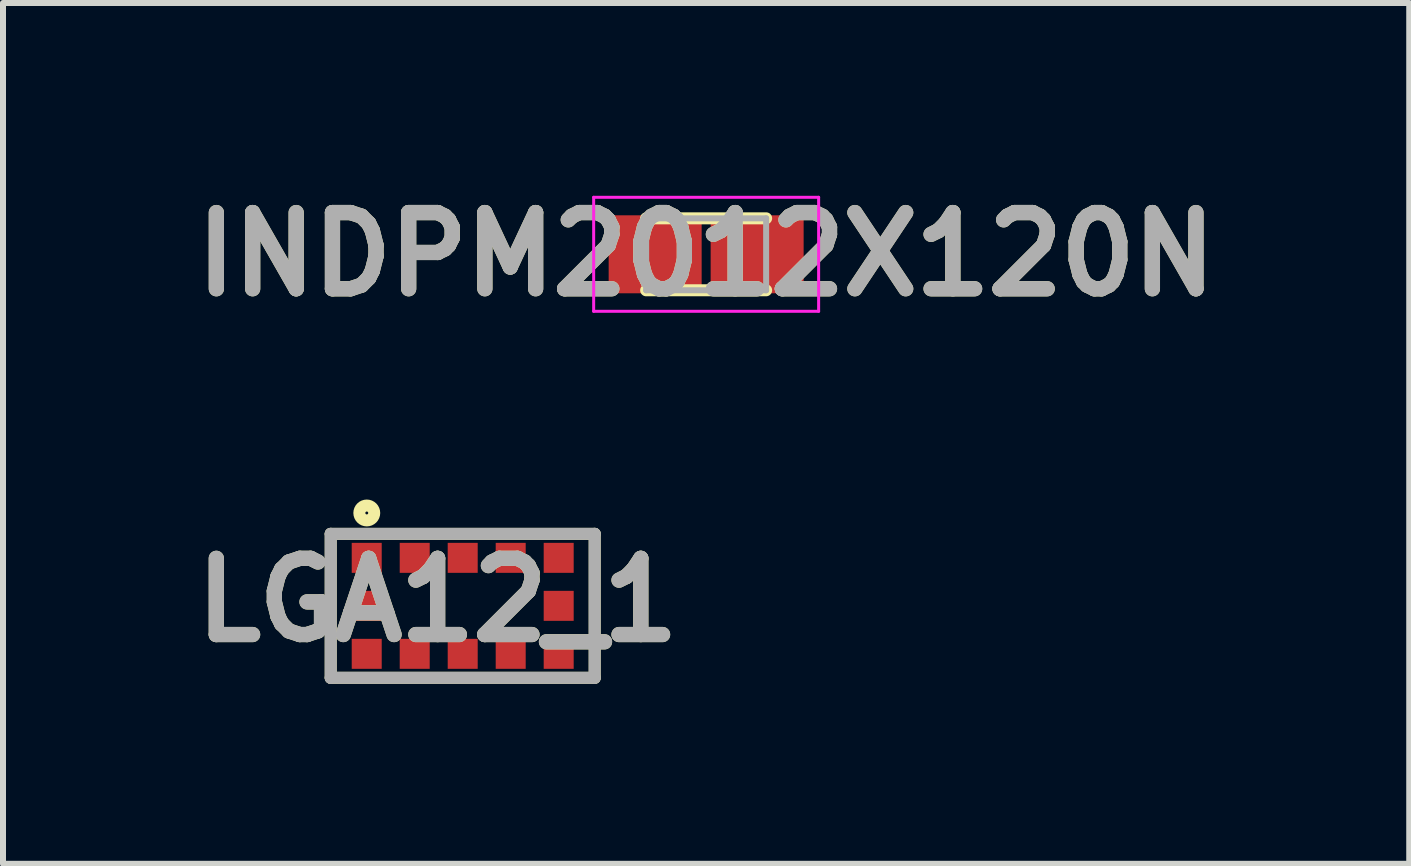
<source format=kicad_pcb>
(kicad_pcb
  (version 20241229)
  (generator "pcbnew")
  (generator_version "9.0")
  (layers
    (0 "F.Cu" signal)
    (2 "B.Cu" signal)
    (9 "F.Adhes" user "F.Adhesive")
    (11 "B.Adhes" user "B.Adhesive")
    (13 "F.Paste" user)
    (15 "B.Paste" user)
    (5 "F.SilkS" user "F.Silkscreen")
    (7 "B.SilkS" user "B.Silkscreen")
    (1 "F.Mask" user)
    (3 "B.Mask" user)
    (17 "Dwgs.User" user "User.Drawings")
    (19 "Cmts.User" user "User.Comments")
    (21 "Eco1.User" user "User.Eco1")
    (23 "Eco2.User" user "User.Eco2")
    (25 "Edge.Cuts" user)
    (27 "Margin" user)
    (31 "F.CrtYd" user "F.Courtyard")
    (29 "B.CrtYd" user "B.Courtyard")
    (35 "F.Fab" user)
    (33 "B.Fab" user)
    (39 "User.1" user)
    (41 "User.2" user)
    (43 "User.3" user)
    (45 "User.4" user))
  (footprint "INDPM2012X120N"
    (layer "F.Cu")
    (at 8.721 1.189)
    (property "Reference" "INDPM2012X120N" (at 0 0 0) (layer "F.SilkS") (effects (font (size 1.27 1.27) (thickness 0.254))))
    (attr smd)
    (fp_line (start -1 0.6) (end 1 0.6) (stroke (width 0.2) (type solid)) (layer "F.SilkS"))
    (fp_line (start 1 -0.6) (end -1 -0.6) (stroke (width 0.2) (type solid)) (layer "F.SilkS"))
    (fp_line (start -1.875 -0.95) (end 1.875 -0.95) (stroke (width 0.05) (type solid)) (layer "F.CrtYd"))
    (fp_line (start -1.875 0.95) (end -1.875 -0.95) (stroke (width 0.05) (type solid)) (layer "F.CrtYd"))
    (fp_line (start 1.875 -0.95) (end 1.875 0.95) (stroke (width 0.05) (type solid)) (layer "F.CrtYd"))
    (fp_line (start 1.875 0.95) (end -1.875 0.95) (stroke (width 0.05) (type solid)) (layer "F.CrtYd"))
    (fp_line (start -1 -0.6) (end 1 -0.6) (stroke (width 0.1) (type solid)) (layer "F.Fab"))
    (fp_line (start -1 0.6) (end -1 -0.6) (stroke (width 0.1) (type solid)) (layer "F.Fab"))
    (fp_line (start 1 -0.6) (end 1 0.6) (stroke (width 0.1) (type solid)) (layer "F.Fab"))
    (fp_line (start 1 0.6) (end -1 0.6) (stroke (width 0.1) (type solid)) (layer "F.Fab"))
    (fp_text user "${REFERENCE}" (at 0 0 0) (layer "F.Fab") (effects (font (size 1.27 1.27) (thickness 0.254))))
    (pad "1" smd rect (at -0.85 0 90) (size 1.3 1.55) (layers "F.Cu" "F.Mask" "F.Paste"))
    (pad "2" smd rect (at 0.85 0 90) (size 1.3 1.55) (layers "F.Cu" "F.Mask" "F.Paste")))
  (footprint "LGA12_1"
    (layer "F.Cu")
    (at 4.663 7.049)
    (property "Reference" "LGA12_1" (at -0.418 -0.096 0) (layer "F.SilkS") (effects (font (size 1.27 1.27) (thickness 0.254))))
    (attr smd)
    (fp_line (start -2.2 -1.2) (end 2.2 -1.2) (stroke (width 0.2) (type solid)) (layer "F.SilkS"))
    (fp_line (start -2.2 1.2) (end -2.2 -1.2) (stroke (width 0.2) (type solid)) (layer "F.SilkS"))
    (fp_line (start 2.2 -1.2) (end 2.2 1.2) (stroke (width 0.2) (type solid)) (layer "F.SilkS"))
    (fp_line (start 2.2 1.2) (end -2.2 1.2) (stroke (width 0.2) (type solid)) (layer "F.SilkS"))
    (fp_circle (center -1.599 -1.548) (end -1.599 -1.524) (stroke (width 0.2) (type solid)) (fill no) (layer "F.SilkS"))
    (fp_line (start -2.2 -1.2) (end 2.2 -1.2) (stroke (width 0.2) (type solid)) (layer "F.Fab"))
    (fp_line (start -2.2 1.2) (end -2.2 -1.2) (stroke (width 0.2) (type solid)) (layer "F.Fab"))
    (fp_line (start 2.2 -1.2) (end 2.2 1.2) (stroke (width 0.2) (type solid)) (layer "F.Fab"))
    (fp_line (start 2.2 1.2) (end -2.2 1.2) (stroke (width 0.2) (type solid)) (layer "F.Fab"))
    (fp_text user "${REFERENCE}" (at -0.418 -0.096 0) (layer "F.Fab") (effects (font (size 1.27 1.27) (thickness 0.254))))
    (pad "1" smd rect (at -1.6 -0.8 90) (size 0.5 0.5) (layers "F.Cu" "F.Mask" "F.Paste"))
    (pad "2" smd rect (at -0.8 -0.8 90) (size 0.5 0.5) (layers "F.Cu" "F.Mask" "F.Paste"))
    (pad "3" smd rect (at 0 -0.8 90) (size 0.5 0.5) (layers "F.Cu" "F.Mask" "F.Paste"))
    (pad "4" smd rect (at 0.8 -0.8 90) (size 0.5 0.5) (layers "F.Cu" "F.Mask" "F.Paste"))
    (pad "5" smd rect (at 1.6 -0.8 90) (size 0.5 0.5) (layers "F.Cu" "F.Mask" "F.Paste"))
    (pad "6" smd rect (at 1.6 0 90) (size 0.5 0.5) (layers "F.Cu" "F.Mask" "F.Paste"))
    (pad "7" smd rect (at 1.6 0.8 90) (size 0.5 0.5) (layers "F.Cu" "F.Mask" "F.Paste"))
    (pad "8" smd rect (at 0.8 0.8 90) (size 0.5 0.5) (layers "F.Cu" "F.Mask" "F.Paste"))
    (pad "9" smd rect (at 0 0.8 90) (size 0.5 0.5) (layers "F.Cu" "F.Mask" "F.Paste"))
    (pad "10" smd rect (at -0.8 0.8 90) (size 0.5 0.5) (layers "F.Cu" "F.Mask" "F.Paste"))
    (pad "11" smd rect (at -1.6 0.8 90) (size 0.5 0.5) (layers "F.Cu" "F.Mask" "F.Paste"))
    (pad "12" smd rect (at -1.6 0 90) (size 0.5 0.5) (layers "F.Cu" "F.Mask" "F.Paste")))
  (gr_rect
    (start -3 -3)
    (end 20.441 11.349)
    (stroke (width 0.1) (type default))
    (fill no)
    (layer "Edge.Cuts")))
</source>
